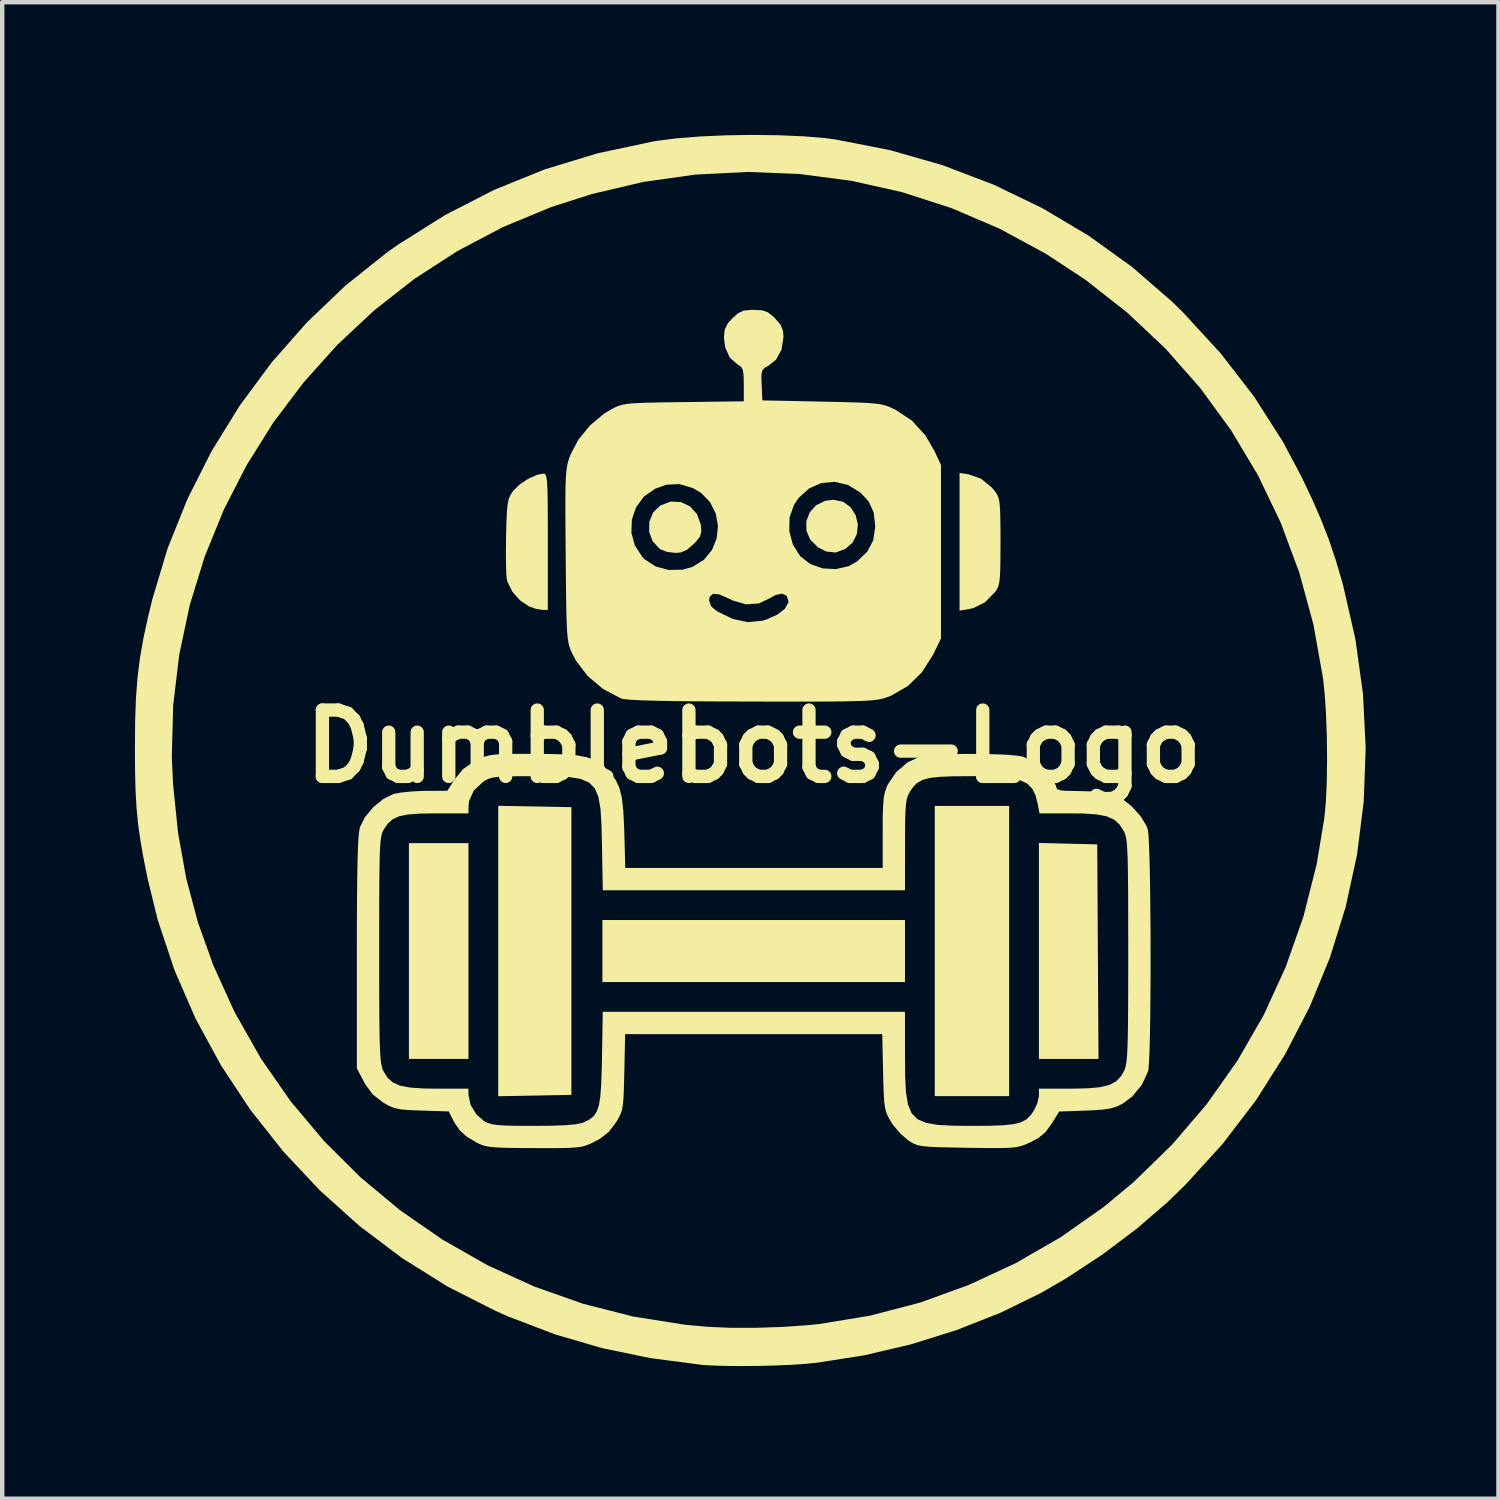
<source format=kicad_pcb>
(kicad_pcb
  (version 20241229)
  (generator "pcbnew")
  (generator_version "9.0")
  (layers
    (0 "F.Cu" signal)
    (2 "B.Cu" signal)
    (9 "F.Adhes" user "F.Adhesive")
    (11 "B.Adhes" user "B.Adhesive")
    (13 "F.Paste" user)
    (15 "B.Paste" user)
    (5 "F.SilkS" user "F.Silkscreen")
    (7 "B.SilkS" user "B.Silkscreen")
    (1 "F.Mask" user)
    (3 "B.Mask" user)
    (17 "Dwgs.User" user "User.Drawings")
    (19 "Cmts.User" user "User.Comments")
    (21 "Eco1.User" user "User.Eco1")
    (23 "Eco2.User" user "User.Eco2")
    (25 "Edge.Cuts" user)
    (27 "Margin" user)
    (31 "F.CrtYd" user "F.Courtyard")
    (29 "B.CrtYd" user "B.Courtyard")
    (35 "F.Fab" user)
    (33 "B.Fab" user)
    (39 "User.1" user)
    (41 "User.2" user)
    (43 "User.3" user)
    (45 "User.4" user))
  (footprint "Dumblebots-Logo"
    (layer "F.Cu")
    (at 13.988 13.823)
    (property "Reference" "Dumblebots-Logo" (at 0 0 0) (layer "F.SilkS") (effects (font (size 1.5 1.5) (thickness 0.3))))
    (attr board_only exclude_from_pos_files exclude_from_bom)
    (fp_poly (pts (xy -6.448 4.626) (xy -6.448 7.065) (xy -7.121 7.065) (xy -7.794 7.065) (xy -7.794 4.626) (xy -7.794 2.187) (xy -7.121 2.187) (xy -6.448 2.187)) (stroke (width 0) (type solid)) (fill yes) (layer "F.SilkS"))
    (fp_poly (pts (xy -4.948 1.358) (xy -4.121 1.374) (xy -4.121 4.626) (xy -4.121 7.878) (xy -4.948 7.893) (xy -5.775 7.909) (xy -5.775 4.626) (xy -5.775 1.343)) (stroke (width 0) (type solid)) (fill yes) (layer "F.SilkS"))
    (fp_poly (pts (xy 3.42 4.626) (xy 3.42 5.327) (xy 0 5.327) (xy -3.42 5.327) (xy -3.42 4.626) (xy -3.42 3.925) (xy 0 3.925) (xy 3.42 3.925)) (stroke (width 0) (type solid)) (fill yes) (layer "F.SilkS"))
    (fp_poly (pts (xy 5.775 4.626) (xy 5.775 7.906) (xy 4.934 7.906) (xy 4.093 7.906) (xy 4.093 4.626) (xy 4.093 1.346) (xy 4.934 1.346) (xy 5.775 1.346)) (stroke (width 0) (type solid)) (fill yes) (layer "F.SilkS"))
    (fp_poly (pts (xy 7.107 2.199) (xy 7.766 2.215) (xy 7.78 4.64) (xy 7.795 7.065) (xy 7.122 7.065) (xy 6.448 7.065) (xy 6.448 4.624) (xy 6.448 2.183)) (stroke (width 0) (type solid)) (fill yes) (layer "F.SilkS"))
    (fp_poly (pts (xy 2.024 -5.529) (xy 2.194 -5.404) (xy 2.306 -5.225) (xy 2.355 -5.017) (xy 2.333 -4.803) (xy 2.237 -4.608) (xy 2.075 -4.467) (xy 1.855 -4.383) (xy 1.64 -4.405) (xy 1.452 -4.502) (xy 1.276 -4.675) (xy 1.191 -4.88) (xy 1.19 -5.092) (xy 1.266 -5.29) (xy 1.411 -5.451) (xy 1.619 -5.553) (xy 1.802 -5.576)) (stroke (width 0) (type solid)) (fill yes) (layer "F.SilkS"))
    (fp_poly (pts (xy -1.648 -5.524) (xy -1.441 -5.427) (xy -1.283 -5.254) (xy -1.197 -5.018) (xy -1.194 -5) (xy -1.184 -4.851) (xy -1.215 -4.742) (xy -1.307 -4.627) (xy -1.361 -4.571) (xy -1.512 -4.442) (xy -1.651 -4.384) (xy -1.776 -4.374) (xy -1.956 -4.397) (xy -2.109 -4.455) (xy -2.124 -4.465) (xy -2.285 -4.638) (xy -2.363 -4.852) (xy -2.359 -5.079) (xy -2.274 -5.288) (xy -2.113 -5.445) (xy -1.88 -5.534)) (stroke (width 0) (type solid)) (fill yes) (layer "F.SilkS"))
    (fp_poly (pts (xy 4.863 -6.149) (xy 5.142 -6.05) (xy 5.385 -5.85) (xy 5.463 -5.754) (xy 5.506 -5.689) (xy 5.536 -5.614) (xy 5.557 -5.509) (xy 5.57 -5.357) (xy 5.576 -5.14) (xy 5.579 -4.839) (xy 5.579 -4.626) (xy 5.578 -4.27) (xy 5.574 -4.007) (xy 5.565 -3.821) (xy 5.549 -3.692) (xy 5.524 -3.602) (xy 5.489 -3.534) (xy 5.463 -3.498) (xy 5.231 -3.26) (xy 4.966 -3.126) (xy 4.863 -3.103) (xy 4.654 -3.069) (xy 4.654 -4.626) (xy 4.654 -6.182)) (stroke (width 0) (type solid)) (fill yes) (layer "F.SilkS"))
    (fp_poly (pts (xy -4.723 -6.16) (xy -4.7 -6.132) (xy -4.683 -6.07) (xy -4.671 -5.962) (xy -4.662 -5.796) (xy -4.657 -5.559) (xy -4.655 -5.24) (xy -4.654 -4.825) (xy -4.654 -4.626) (xy -4.654 -3.084) (xy -4.78 -3.086) (xy -4.922 -3.11) (xy -5.077 -3.163) (xy -5.281 -3.299) (xy -5.456 -3.498) (xy -5.566 -3.718) (xy -5.581 -3.776) (xy -5.592 -3.898) (xy -5.599 -4.107) (xy -5.602 -4.375) (xy -5.599 -4.676) (xy -5.597 -4.77) (xy -5.589 -5.091) (xy -5.578 -5.322) (xy -5.561 -5.484) (xy -5.536 -5.597) (xy -5.498 -5.685) (xy -5.445 -5.767) (xy -5.444 -5.768) (xy -5.299 -5.915) (xy -5.101 -6.047) (xy -4.895 -6.139) (xy -4.752 -6.167)) (stroke (width 0) (type solid)) (fill yes) (layer "F.SilkS"))
    (fp_poly (pts (xy 0.562 -13.816) (xy 1.118 -13.792) (xy 1.609 -13.752) (xy 1.85 -13.72) (xy 3.077 -13.48) (xy 4.269 -13.139) (xy 5.42 -12.7) (xy 6.523 -12.168) (xy 7.569 -11.547) (xy 8.551 -10.84) (xy 9.461 -10.051) (xy 9.702 -9.815) (xy 10.556 -8.886) (xy 11.31 -7.91) (xy 11.962 -6.89) (xy 12.387 -6.09) (xy 12.635 -5.565) (xy 12.837 -5.101) (xy 13.007 -4.663) (xy 13.157 -4.216) (xy 13.301 -3.726) (xy 13.322 -3.651) (xy 13.603 -2.42) (xy 13.773 -1.19) (xy 13.835 0.036) (xy 13.79 1.251) (xy 13.639 2.449) (xy 13.383 3.626) (xy 13.026 4.775) (xy 12.567 5.891) (xy 12.008 6.969) (xy 11.352 8.003) (xy 10.6 8.987) (xy 9.753 9.916) (xy 9.364 10.294) (xy 8.667 10.897) (xy 7.894 11.479) (xy 7.081 12.015) (xy 6.488 12.359) (xy 5.571 12.807) (xy 4.582 13.196) (xy 3.548 13.519) (xy 2.495 13.766) (xy 1.452 13.929) (xy 1.177 13.958) (xy 0.869 13.979) (xy 0.498 13.995) (xy 0.095 14.005) (xy -0.311 14.008) (xy -0.687 14.004) (xy -1.004 13.993) (xy -1.177 13.98) (xy -2.338 13.828) (xy -3.433 13.601) (xy -4.485 13.294) (xy -5.518 12.9) (xy -5.833 12.762) (xy -6.918 12.212) (xy -7.945 11.57) (xy -8.91 10.843) (xy -9.807 10.038) (xy -10.631 9.16) (xy -11.377 8.218) (xy -12.039 7.216) (xy -12.613 6.162) (xy -13.092 5.063) (xy -13.472 3.923) (xy -13.699 3) (xy -13.793 2.53) (xy -13.864 2.124) (xy -13.917 1.753) (xy -13.952 1.386) (xy -13.974 0.994) (xy -13.985 0.549) (xy -13.987 0.232) (xy -13.154 0.232) (xy -13.127 0.841) (xy -13.014 1.947) (xy -12.828 2.986) (xy -12.563 3.98) (xy -12.214 4.953) (xy -11.772 5.927) (xy -11.722 6.028) (xy -11.138 7.059) (xy -10.466 8.025) (xy -9.713 8.921) (xy -8.886 9.744) (xy -7.99 10.489) (xy -7.033 11.151) (xy -6.021 11.727) (xy -4.96 12.211) (xy -3.858 12.6) (xy -2.72 12.889) (xy -1.554 13.074) (xy -1.037 13.121) (xy -0.525 13.143) (xy 0.052 13.143) (xy 0.646 13.124) (xy 1.211 13.085) (xy 1.486 13.057) (xy 2.63 12.869) (xy 3.759 12.574) (xy 4.862 12.175) (xy 5.928 11.679) (xy 6.949 11.09) (xy 7.912 10.412) (xy 8.586 9.852) (xy 9.46 9) (xy 10.244 8.084) (xy 10.934 7.107) (xy 11.529 6.074) (xy 12.027 4.986) (xy 12.427 3.849) (xy 12.726 2.666) (xy 12.899 1.626) (xy 12.934 1.254) (xy 12.955 0.801) (xy 12.962 0.299) (xy 12.957 -0.222) (xy 12.938 -0.73) (xy 12.907 -1.195) (xy 12.87 -1.542) (xy 12.653 -2.758) (xy 12.333 -3.931) (xy 11.915 -5.055) (xy 11.401 -6.127) (xy 10.794 -7.143) (xy 10.097 -8.098) (xy 9.313 -8.988) (xy 8.443 -9.808) (xy 7.492 -10.554) (xy 6.602 -11.138) (xy 5.555 -11.705) (xy 4.468 -12.17) (xy 3.348 -12.531) (xy 2.204 -12.787) (xy 1.04 -12.939) (xy -0.135 -12.986) (xy -1.314 -12.927) (xy -2.491 -12.761) (xy -3.658 -12.487) (xy -4.582 -12.191) (xy -5.67 -11.739) (xy -6.701 -11.196) (xy -7.671 -10.568) (xy -8.576 -9.859) (xy -9.412 -9.078) (xy -10.174 -8.229) (xy -10.86 -7.32) (xy -11.464 -6.355) (xy -11.983 -5.343) (xy -12.412 -4.287) (xy -12.748 -3.196) (xy -12.986 -2.075) (xy -13.123 -0.93) (xy -13.154 0.232) (xy -13.987 0.232) (xy -13.988 0.028) (xy -13.983 -0.57) (xy -13.965 -1.086) (xy -13.93 -1.55) (xy -13.875 -1.992) (xy -13.797 -2.441) (xy -13.691 -2.927) (xy -13.595 -3.324) (xy -13.25 -4.474) (xy -12.801 -5.593) (xy -12.255 -6.674) (xy -11.618 -7.705) (xy -10.897 -8.68) (xy -10.098 -9.587) (xy -9.226 -10.419) (xy -8.289 -11.167) (xy -8.046 -11.339) (xy -6.979 -12.01) (xy -5.874 -12.578) (xy -4.726 -13.043) (xy -3.531 -13.407) (xy -2.284 -13.673) (xy -2.187 -13.689) (xy -1.738 -13.747) (xy -1.209 -13.788) (xy -0.631 -13.814) (xy -0.031 -13.823)) (stroke (width 0) (type solid)) (fill yes) (layer "F.SilkS"))
    (fp_poly (pts (xy 0.188 -9.859) (xy 0.318 -9.815) (xy 0.442 -9.717) (xy 0.482 -9.678) (xy 0.608 -9.531) (xy 0.663 -9.391) (xy 0.673 -9.254) (xy 0.629 -8.969) (xy 0.505 -8.743) (xy 0.333 -8.605) (xy 0.24 -8.551) (xy 0.191 -8.488) (xy 0.174 -8.385) (xy 0.178 -8.209) (xy 0.18 -8.17) (xy 0.196 -7.822) (xy 1.542 -7.794) (xy 1.965 -7.785) (xy 2.292 -7.776) (xy 2.54 -7.766) (xy 2.725 -7.752) (xy 2.864 -7.734) (xy 2.972 -7.709) (xy 3.066 -7.675) (xy 3.163 -7.63) (xy 3.205 -7.61) (xy 3.574 -7.367) (xy 3.878 -7.034) (xy 4.086 -6.679) (xy 4.233 -6.364) (xy 4.233 -4.4) (xy 4.233 -2.437) (xy 4.049 -2.062) (xy 3.801 -1.673) (xy 3.485 -1.365) (xy 3.11 -1.148) (xy 3.048 -1.123) (xy 2.975 -1.097) (xy 2.898 -1.076) (xy 2.809 -1.058) (xy 2.696 -1.044) (xy 2.549 -1.033) (xy 2.358 -1.025) (xy 2.113 -1.019) (xy 1.804 -1.015) (xy 1.42 -1.013) (xy 0.951 -1.013) (xy 0.387 -1.013) (xy -0.044 -1.014) (xy -0.75 -1.016) (xy -1.35 -1.019) (xy -1.848 -1.025) (xy -2.25 -1.033) (xy -2.562 -1.043) (xy -2.788 -1.055) (xy -2.934 -1.069) (xy -3 -1.084) (xy -3.406 -1.298) (xy -3.753 -1.591) (xy -4.022 -1.945) (xy -4.104 -2.103) (xy -4.139 -2.181) (xy -4.167 -2.259) (xy -4.189 -2.349) (xy -4.206 -2.465) (xy -4.219 -2.617) (xy -4.228 -2.821) (xy -4.236 -3.087) (xy -4.239 -3.294) (xy -1.009 -3.294) (xy -0.954 -3.156) (xy -0.828 -3.054) (xy -0.468 -2.879) (xy -0.132 -2.809) (xy 0.194 -2.841) (xy 0.286 -2.868) (xy 0.533 -2.978) (xy 0.704 -3.109) (xy 0.782 -3.247) (xy 0.785 -3.28) (xy 0.746 -3.405) (xy 0.641 -3.453) (xy 0.491 -3.421) (xy 0.387 -3.361) (xy 0.117 -3.231) (xy -0.174 -3.211) (xy -0.479 -3.3) (xy -0.552 -3.337) (xy -0.772 -3.435) (xy -0.919 -3.45) (xy -0.996 -3.381) (xy -1.009 -3.294) (xy -4.239 -3.294) (xy -4.241 -3.428) (xy -4.246 -3.858) (xy -4.25 -4.322) (xy -4.254 -4.831) (xy -2.765 -4.831) (xy -2.686 -4.542) (xy -2.517 -4.282) (xy -2.458 -4.223) (xy -2.215 -4.067) (xy -1.921 -3.989) (xy -1.611 -3.994) (xy -1.385 -4.057) (xy -1.125 -4.219) (xy -0.942 -4.441) (xy -0.837 -4.704) (xy -0.82 -4.868) (xy 0.804 -4.868) (xy 0.885 -4.563) (xy 1.053 -4.298) (xy 1.053 -4.298) (xy 1.28 -4.122) (xy 1.558 -4.024) (xy 1.856 -4.007) (xy 2.144 -4.073) (xy 2.338 -4.182) (xy 2.571 -4.407) (xy 2.703 -4.661) (xy 2.747 -4.965) (xy 2.747 -4.979) (xy 2.713 -5.288) (xy 2.6 -5.536) (xy 2.411 -5.739) (xy 2.129 -5.911) (xy 1.828 -5.981) (xy 1.529 -5.953) (xy 1.252 -5.831) (xy 1.016 -5.617) (xy 0.913 -5.465) (xy 0.811 -5.179) (xy 0.804 -4.868) (xy -0.82 -4.868) (xy -0.808 -4.985) (xy -0.858 -5.264) (xy -0.985 -5.52) (xy -1.19 -5.731) (xy -1.369 -5.837) (xy -1.678 -5.93) (xy -1.977 -5.915) (xy -2.229 -5.825) (xy -2.484 -5.645) (xy -2.66 -5.404) (xy -2.755 -5.126) (xy -2.765 -4.831) (xy -4.254 -4.831) (xy -4.254 -4.841) (xy -4.257 -5.261) (xy -4.257 -5.595) (xy -4.254 -5.855) (xy -4.247 -6.055) (xy -4.236 -6.208) (xy -4.22 -6.327) (xy -4.199 -6.424) (xy -4.172 -6.512) (xy -4.144 -6.59) (xy -3.965 -6.932) (xy -3.704 -7.252) (xy -3.391 -7.516) (xy -3.225 -7.617) (xy -3.135 -7.664) (xy -3.05 -7.699) (xy -2.956 -7.726) (xy -2.836 -7.746) (xy -2.675 -7.759) (xy -2.457 -7.768) (xy -2.165 -7.775) (xy -1.784 -7.781) (xy -1.584 -7.783) (xy -0.224 -7.801) (xy -0.224 -8.18) (xy -0.228 -8.385) (xy -0.245 -8.508) (xy -0.285 -8.58) (xy -0.358 -8.632) (xy -0.369 -8.637) (xy -0.542 -8.791) (xy -0.645 -9.021) (xy -0.673 -9.254) (xy -0.655 -9.425) (xy -0.586 -9.562) (xy -0.482 -9.678) (xy -0.351 -9.794) (xy -0.228 -9.851) (xy -0.061 -9.868) (xy 0 -9.868)) (stroke (width 0) (type solid)) (fill yes) (layer "F.SilkS"))
    (fp_poly (pts (xy -4.994 0.169) (xy -4.567 0.172) (xy -4.233 0.183) (xy -3.977 0.206) (xy -3.78 0.244) (xy -3.625 0.299) (xy -3.494 0.375) (xy -3.387 0.46) (xy -3.231 0.611) (xy -3.116 0.765) (xy -3.035 0.941) (xy -2.981 1.162) (xy -2.948 1.448) (xy -2.929 1.82) (xy -2.926 1.92) (xy -2.903 2.747) (xy 0.006 2.747) (xy 2.916 2.747) (xy 2.916 1.924) (xy 2.917 1.591) (xy 2.925 1.347) (xy 2.939 1.17) (xy 2.965 1.037) (xy 3.003 0.926) (xy 3.033 0.859) (xy 3.221 0.582) (xy 3.478 0.362) (xy 3.752 0.232) (xy 3.897 0.208) (xy 4.128 0.189) (xy 4.421 0.177) (xy 4.752 0.171) (xy 5.095 0.17) (xy 5.425 0.177) (xy 5.718 0.189) (xy 5.948 0.208) (xy 6.084 0.23) (xy 6.231 0.298) (xy 6.403 0.418) (xy 6.576 0.567) (xy 6.723 0.72) (xy 6.818 0.854) (xy 6.841 0.925) (xy 6.86 0.966) (xy 6.93 0.991) (xy 7.071 1.005) (xy 7.301 1.009) (xy 7.359 1.01) (xy 7.62 1.017) (xy 7.866 1.035) (xy 8.056 1.061) (xy 8.102 1.072) (xy 8.318 1.175) (xy 8.54 1.35) (xy 8.737 1.565) (xy 8.875 1.788) (xy 8.909 1.878) (xy 8.923 1.987) (xy 8.935 2.193) (xy 8.946 2.482) (xy 8.955 2.84) (xy 8.962 3.254) (xy 8.967 3.708) (xy 8.971 4.188) (xy 8.972 4.68) (xy 8.972 5.171) (xy 8.969 5.645) (xy 8.965 6.089) (xy 8.958 6.488) (xy 8.95 6.827) (xy 8.939 7.094) (xy 8.927 7.273) (xy 8.917 7.341) (xy 8.777 7.646) (xy 8.558 7.914) (xy 8.34 8.077) (xy 8.211 8.141) (xy 8.072 8.183) (xy 7.895 8.21) (xy 7.649 8.227) (xy 7.504 8.233) (xy 6.906 8.254) (xy 6.734 8.532) (xy 6.59 8.726) (xy 6.422 8.862) (xy 6.252 8.95) (xy 6.143 8.999) (xy 6.044 9.034) (xy 5.936 9.059) (xy 5.801 9.073) (xy 5.62 9.08) (xy 5.374 9.081) (xy 5.045 9.077) (xy 4.832 9.074) (xy 4.452 9.067) (xy 4.167 9.06) (xy 3.959 9.05) (xy 3.81 9.035) (xy 3.703 9.013) (xy 3.62 8.981) (xy 3.543 8.938) (xy 3.489 8.902) (xy 3.322 8.759) (xy 3.161 8.572) (xy 3.101 8.482) (xy 3.04 8.374) (xy 2.997 8.274) (xy 2.968 8.16) (xy 2.949 8.01) (xy 2.937 7.802) (xy 2.928 7.513) (xy 2.925 7.359) (xy 2.906 6.504) (xy 0 6.504) (xy -2.906 6.504) (xy -2.925 7.364) (xy -2.933 7.693) (xy -2.942 7.932) (xy -2.957 8.104) (xy -2.981 8.229) (xy -3.018 8.33) (xy -3.07 8.429) (xy -3.112 8.499) (xy -3.272 8.711) (xy -3.473 8.868) (xy -3.585 8.929) (xy -3.693 8.983) (xy -3.791 9.022) (xy -3.895 9.05) (xy -4.026 9.067) (xy -4.203 9.077) (xy -4.445 9.081) (xy -4.771 9.081) (xy -4.958 9.081) (xy -5.337 9.079) (xy -5.621 9.074) (xy -5.83 9.065) (xy -5.982 9.05) (xy -6.095 9.027) (xy -6.186 8.994) (xy -6.252 8.962) (xy -6.482 8.827) (xy -6.64 8.687) (xy -6.761 8.511) (xy -6.789 8.458) (xy -6.894 8.252) (xy -7.503 8.233) (xy -7.779 8.222) (xy -7.974 8.206) (xy -8.116 8.177) (xy -8.236 8.13) (xy -8.363 8.059) (xy -8.385 8.045) (xy -8.613 7.866) (xy -8.784 7.633) (xy -8.815 7.576) (xy -8.971 7.276) (xy -8.971 4.668) (xy -8.971 4.598) (xy -8.466 4.598) (xy -8.466 5.205) (xy -8.465 5.71) (xy -8.463 6.123) (xy -8.459 6.456) (xy -8.453 6.717) (xy -8.444 6.918) (xy -8.434 7.068) (xy -8.42 7.178) (xy -8.402 7.258) (xy -8.381 7.319) (xy -8.368 7.345) (xy -8.276 7.492) (xy -8.156 7.598) (xy -7.991 7.67) (xy -7.763 7.713) (xy -7.453 7.734) (xy -7.163 7.738) (xy -6.448 7.738) (xy -6.448 7.881) (xy -6.398 8.109) (xy -6.264 8.324) (xy -6.095 8.469) (xy -6.017 8.51) (xy -5.925 8.539) (xy -5.799 8.559) (xy -5.622 8.571) (xy -5.374 8.577) (xy -5.035 8.579) (xy -4.974 8.579) (xy -4.561 8.575) (xy -4.248 8.563) (xy -4.024 8.543) (xy -3.879 8.513) (xy -3.85 8.502) (xy -3.722 8.44) (xy -3.623 8.366) (xy -3.551 8.263) (xy -3.5 8.117) (xy -3.467 7.913) (xy -3.447 7.635) (xy -3.434 7.267) (xy -3.43 7.051) (xy -3.412 6) (xy 0.004 6) (xy 3.42 6) (xy 3.42 6.995) (xy 3.424 7.457) (xy 3.442 7.819) (xy 3.487 8.094) (xy 3.57 8.293) (xy 3.704 8.428) (xy 3.899 8.512) (xy 4.167 8.557) (xy 4.521 8.575) (xy 4.951 8.579) (xy 5.35 8.576) (xy 5.654 8.564) (xy 5.88 8.539) (xy 6.045 8.496) (xy 6.165 8.432) (xy 6.258 8.342) (xy 6.338 8.226) (xy 6.413 8.062) (xy 6.448 7.904) (xy 6.448 7.892) (xy 6.448 7.738) (xy 7.163 7.738) (xy 7.543 7.73) (xy 7.83 7.704) (xy 8.04 7.654) (xy 8.192 7.573) (xy 8.303 7.457) (xy 8.368 7.345) (xy 8.392 7.29) (xy 8.411 7.221) (xy 8.427 7.127) (xy 8.44 6.998) (xy 8.449 6.823) (xy 8.456 6.593) (xy 8.461 6.297) (xy 8.464 5.924) (xy 8.466 5.464) (xy 8.467 4.907) (xy 8.467 4.625) (xy 8.466 4.023) (xy 8.465 3.524) (xy 8.463 3.115) (xy 8.459 2.788) (xy 8.454 2.531) (xy 8.445 2.335) (xy 8.435 2.189) (xy 8.421 2.082) (xy 8.403 2.004) (xy 8.382 1.945) (xy 8.364 1.91) (xy 8.266 1.761) (xy 8.143 1.653) (xy 7.977 1.58) (xy 7.75 1.537) (xy 7.443 1.517) (xy 7.17 1.514) (xy 6.461 1.514) (xy 6.422 1.309) (xy 6.372 1.109) (xy 6.297 0.955) (xy 6.183 0.841) (xy 6.017 0.762) (xy 5.784 0.711) (xy 5.472 0.684) (xy 5.067 0.673) (xy 4.909 0.673) (xy 4.511 0.676) (xy 4.208 0.688) (xy 3.984 0.713) (xy 3.82 0.757) (xy 3.7 0.822) (xy 3.607 0.914) (xy 3.53 1.026) (xy 3.491 1.101) (xy 3.462 1.188) (xy 3.442 1.307) (xy 3.43 1.475) (xy 3.423 1.71) (xy 3.421 2.031) (xy 3.421 2.229) (xy 3.42 3.252) (xy 0.004 3.252) (xy -3.411 3.252) (xy -3.43 2.229) (xy -3.441 1.771) (xy -3.463 1.413) (xy -3.51 1.143) (xy -3.592 0.948) (xy -3.723 0.816) (xy -3.914 0.735) (xy -4.178 0.692) (xy -4.527 0.676) (xy -4.973 0.673) (xy -4.976 0.673) (xy -5.327 0.674) (xy -5.584 0.678) (xy -5.767 0.687) (xy -5.896 0.704) (xy -5.989 0.73) (xy -6.065 0.768) (xy -6.117 0.801) (xy -6.327 0.997) (xy -6.434 1.232) (xy -6.447 1.36) (xy -6.448 1.514) (xy -7.18 1.514) (xy -7.544 1.519) (xy -7.816 1.539) (xy -8.015 1.58) (xy -8.16 1.646) (xy -8.27 1.745) (xy -8.357 1.867) (xy -8.383 1.914) (xy -8.404 1.969) (xy -8.421 2.043) (xy -8.435 2.145) (xy -8.446 2.286) (xy -8.454 2.477) (xy -8.459 2.728) (xy -8.463 3.048) (xy -8.465 3.449) (xy -8.466 3.94) (xy -8.466 4.532) (xy -8.466 4.598) (xy -8.971 4.598) (xy -8.97 3.989) (xy -8.967 3.416) (xy -8.962 2.942) (xy -8.955 2.559) (xy -8.945 2.262) (xy -8.932 2.044) (xy -8.916 1.897) (xy -8.902 1.829) (xy -8.789 1.601) (xy -8.602 1.377) (xy -8.376 1.191) (xy -8.145 1.076) (xy -8.144 1.076) (xy -7.983 1.045) (xy -7.753 1.02) (xy -7.496 1.007) (xy -7.423 1.006) (xy -6.925 1.003) (xy -6.757 0.74) (xy -6.573 0.516) (xy -6.33 0.346) (xy -6.284 0.322) (xy -6.17 0.267) (xy -6.069 0.227) (xy -5.959 0.199) (xy -5.82 0.182) (xy -5.631 0.173) (xy -5.373 0.169) (xy -5.025 0.169)) (stroke (width 0) (type solid)) (fill yes) (layer "F.SilkS")))
  (gr_rect
    (start -3 -3)
    (end 30.824 30.831)
    (stroke (width 0.1) (type default))
    (fill no)
    (layer "Edge.Cuts")))
</source>
